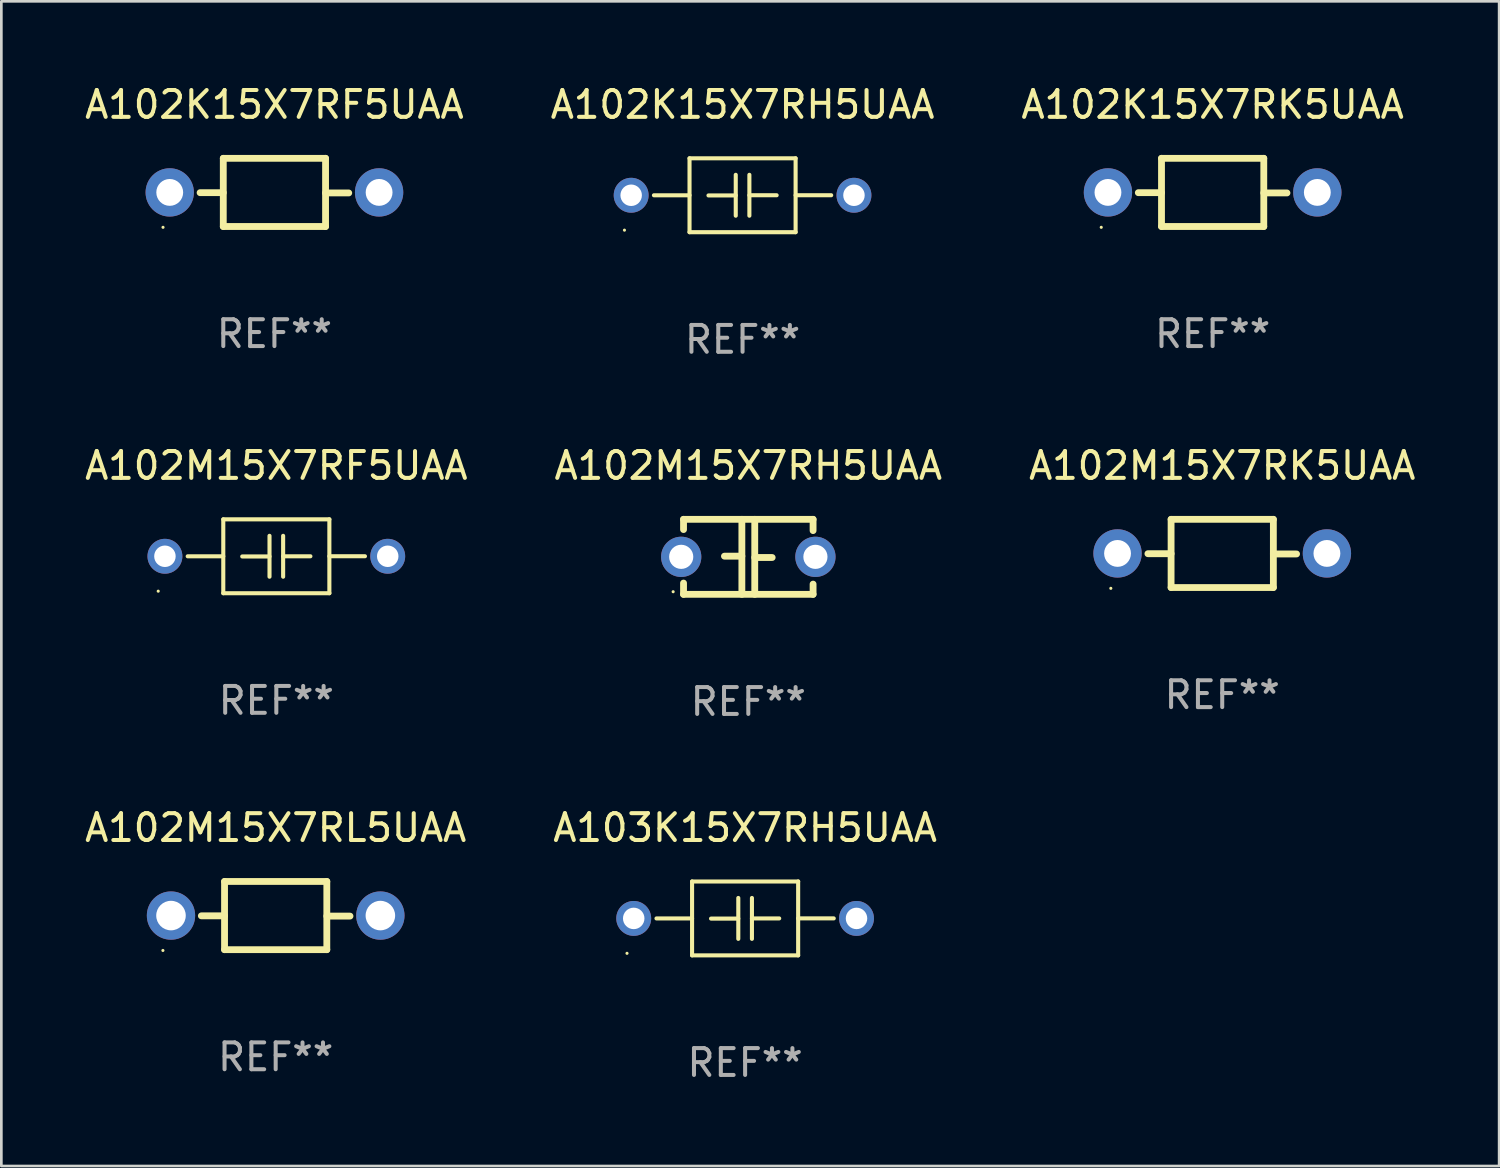
<source format=kicad_pcb>
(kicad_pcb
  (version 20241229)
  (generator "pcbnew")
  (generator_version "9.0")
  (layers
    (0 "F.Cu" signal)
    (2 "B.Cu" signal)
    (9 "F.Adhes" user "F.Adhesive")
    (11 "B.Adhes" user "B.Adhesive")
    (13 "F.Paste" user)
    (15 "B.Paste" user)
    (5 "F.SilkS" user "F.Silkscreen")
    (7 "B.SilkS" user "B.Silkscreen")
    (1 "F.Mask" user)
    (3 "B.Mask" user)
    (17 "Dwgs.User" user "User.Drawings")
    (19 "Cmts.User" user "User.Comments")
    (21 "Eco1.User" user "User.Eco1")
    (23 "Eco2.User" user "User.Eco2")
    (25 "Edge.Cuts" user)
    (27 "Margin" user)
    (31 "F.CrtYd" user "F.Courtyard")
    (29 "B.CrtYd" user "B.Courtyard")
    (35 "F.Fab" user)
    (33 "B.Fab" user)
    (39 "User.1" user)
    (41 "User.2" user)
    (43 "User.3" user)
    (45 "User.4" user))
  (footprint "A102K15X7RK5UAA"
    (layer "F.Cu")
    (at 42.125 4.118)
    (property "Reference" "A102K15X7RK5UAA" (at 0 -3.27 0) (layer "F.SilkS") (effects (font (size 1 1) (thickness 0.15))))
    (attr through_hole)
    (fp_line (start -1.905 -1.27) (end -1.905 1.27) (stroke (width 0.254) (type solid)) (layer "F.SilkS"))
    (fp_line (start -1.905 0.01) (end -2.769 0.01) (stroke (width 0.254) (type solid)) (layer "F.SilkS"))
    (fp_line (start -1.905 1.27) (end 1.905 1.27) (stroke (width 0.254) (type solid)) (layer "F.SilkS"))
    (fp_line (start 1.905 -1.27) (end -1.905 -1.27) (stroke (width 0.254) (type solid)) (layer "F.SilkS"))
    (fp_line (start 1.905 0.02) (end 2.769 0.02) (stroke (width 0.254) (type solid)) (layer "F.SilkS"))
    (fp_line (start 1.905 1.27) (end 1.905 -1.27) (stroke (width 0.254) (type solid)) (layer "F.SilkS"))
    (fp_circle (center -4.15 1.3) (end -4.12 1.3) (stroke (width 0.06) (type solid)) (fill no) (layer "F.SilkS"))
    (fp_text user "REF**" (at 0 5.27 0) (layer "F.Fab") (effects (font (size 1 1) (thickness 0.15))))
    (pad "1" thru_hole circle (at -3.9 0) (size 1.8 1.8) (drill 1) (layers "*.Cu" "*.Mask"))
    (pad "2" thru_hole circle (at 3.9 0) (size 1.8 1.8) (drill 1) (layers "*.Cu" "*.Mask")))
  (footprint "A102M15X7RL5UAA"
    (layer "F.Cu")
    (at 7.22 31.058)
    (property "Reference" "A102M15X7RL5UAA" (at 0 -3.27 0) (layer "F.SilkS") (effects (font (size 1 1) (thickness 0.15))))
    (attr through_hole)
    (fp_line (start -1.905 -1.27) (end -1.905 1.27) (stroke (width 0.254) (type solid)) (layer "F.SilkS"))
    (fp_line (start -1.905 0.01) (end -2.769 0.01) (stroke (width 0.254) (type solid)) (layer "F.SilkS"))
    (fp_line (start -1.905 1.27) (end 1.905 1.27) (stroke (width 0.254) (type solid)) (layer "F.SilkS"))
    (fp_line (start 1.905 -1.27) (end -1.905 -1.27) (stroke (width 0.254) (type solid)) (layer "F.SilkS"))
    (fp_line (start 1.905 0.02) (end 2.769 0.02) (stroke (width 0.254) (type solid)) (layer "F.SilkS"))
    (fp_line (start 1.905 1.27) (end 1.905 -1.27) (stroke (width 0.254) (type solid)) (layer "F.SilkS"))
    (fp_circle (center -4.201 1.3) (end -4.171 1.3) (stroke (width 0.06) (type solid)) (fill no) (layer "F.SilkS"))
    (fp_text user "REF**" (at 0 5.27 0) (layer "F.Fab") (effects (font (size 1 1) (thickness 0.15))))
    (pad "1" thru_hole circle (at -3.9 0) (size 1.8 1.8) (drill 1.1) (layers "*.Cu" "*.Mask"))
    (pad "2" thru_hole circle (at 3.9 0) (size 1.8 1.8) (drill 1.1) (layers "*.Cu" "*.Mask")))
  (footprint "A102K15X7RH5UAA"
    (layer "F.Cu")
    (at 24.613 4.224)
    (property "Reference" "A102K15X7RH5UAA" (at 0 -3.376 0) (layer "F.SilkS") (effects (font (size 1 1) (thickness 0.15))))
    (attr through_hole)
    (fp_line (start -1.976 -1.376) (end 1.976 -1.376) (stroke (width 0.152) (type solid)) (layer "F.SilkS"))
    (fp_line (start -1.976 0.001) (end -3.302 0.001) (stroke (width 0.152) (type solid)) (layer "F.SilkS"))
    (fp_line (start -1.976 1.376) (end -1.976 -1.376) (stroke (width 0.152) (type solid)) (layer "F.SilkS"))
    (fp_line (start -0.254 -0.762) (end -0.254 0.762) (stroke (width 0.152) (type solid)) (layer "F.SilkS"))
    (fp_line (start -0.254 0.007) (end -1.27 0.007) (stroke (width 0.152) (type solid)) (layer "F.SilkS"))
    (fp_line (start 0.254 -0.762) (end 0.254 0.762) (stroke (width 0.152) (type solid)) (layer "F.SilkS"))
    (fp_line (start 0.254 0) (end 1.27 0) (stroke (width 0.152) (type solid)) (layer "F.SilkS"))
    (fp_line (start 1.976 -1.376) (end 1.976 1.376) (stroke (width 0.152) (type solid)) (layer "F.SilkS"))
    (fp_line (start 1.976 -0.001) (end 3.302 -0.001) (stroke (width 0.152) (type solid)) (layer "F.SilkS"))
    (fp_line (start 1.976 1.376) (end -1.976 1.376) (stroke (width 0.152) (type solid)) (layer "F.SilkS"))
    (fp_circle (center -4.4 1.3) (end -4.37 1.3) (stroke (width 0.06) (type solid)) (fill no) (layer "F.SilkS"))
    (fp_text user "REF**" (at 0 5.376 0) (layer "F.Fab") (effects (font (size 1 1) (thickness 0.15))))
    (pad "1" thru_hole circle (at -4.15 0) (size 1.3 1.3) (drill 0.8) (layers "*.Cu" "*.Mask"))
    (pad "2" thru_hole circle (at 4.15 0) (size 1.3 1.3) (drill 0.8) (layers "*.Cu" "*.Mask")))
  (footprint "A103K15X7RH5UAA"
    (layer "F.Cu")
    (at 24.708 31.164)
    (property "Reference" "A103K15X7RH5UAA" (at 0 -3.376 0) (layer "F.SilkS") (effects (font (size 1 1) (thickness 0.15))))
    (attr through_hole)
    (fp_line (start -1.976 -1.376) (end 1.976 -1.376) (stroke (width 0.152) (type solid)) (layer "F.SilkS"))
    (fp_line (start -1.976 0.001) (end -3.302 0.001) (stroke (width 0.152) (type solid)) (layer "F.SilkS"))
    (fp_line (start -1.976 1.376) (end -1.976 -1.376) (stroke (width 0.152) (type solid)) (layer "F.SilkS"))
    (fp_line (start -0.254 -0.762) (end -0.254 0.762) (stroke (width 0.152) (type solid)) (layer "F.SilkS"))
    (fp_line (start -0.254 0.007) (end -1.27 0.007) (stroke (width 0.152) (type solid)) (layer "F.SilkS"))
    (fp_line (start 0.254 -0.762) (end 0.254 0.762) (stroke (width 0.152) (type solid)) (layer "F.SilkS"))
    (fp_line (start 0.254 0) (end 1.27 0) (stroke (width 0.152) (type solid)) (layer "F.SilkS"))
    (fp_line (start 1.976 -1.376) (end 1.976 1.376) (stroke (width 0.152) (type solid)) (layer "F.SilkS"))
    (fp_line (start 1.976 -0.001) (end 3.302 -0.001) (stroke (width 0.152) (type solid)) (layer "F.SilkS"))
    (fp_line (start 1.976 1.376) (end -1.976 1.376) (stroke (width 0.152) (type solid)) (layer "F.SilkS"))
    (fp_circle (center -4.4 1.3) (end -4.37 1.3) (stroke (width 0.06) (type solid)) (fill no) (layer "F.SilkS"))
    (fp_text user "REF**" (at 0 5.376 0) (layer "F.Fab") (effects (font (size 1 1) (thickness 0.15))))
    (pad "1" thru_hole circle (at -4.15 0) (size 1.3 1.3) (drill 0.8) (layers "*.Cu" "*.Mask"))
    (pad "2" thru_hole circle (at 4.15 0) (size 1.3 1.3) (drill 0.8) (layers "*.Cu" "*.Mask")))
  (footprint "A102M15X7RH5UAA"
    (layer "F.Cu")
    (at 24.827 17.694)
    (property "Reference" "A102M15X7RH5UAA" (at 0 -3.397 0) (layer "F.SilkS") (effects (font (size 1 1) (thickness 0.15))))
    (attr through_hole)
    (fp_line (start -2.413 -1.397) (end 2.413 -1.397) (stroke (width 0.254) (type solid)) (layer "F.SilkS"))
    (fp_line (start -2.413 -1.016) (end -2.413 -1.397) (stroke (width 0.254) (type solid)) (layer "F.SilkS"))
    (fp_line (start -2.413 0.977) (end -2.413 1.397) (stroke (width 0.254) (type solid)) (layer "F.SilkS"))
    (fp_line (start -0.24 -0.025) (end -0.889 -0.025) (stroke (width 0.254) (type solid)) (layer "F.SilkS"))
    (fp_line (start -0.24 1.397) (end -0.24 -1.397) (stroke (width 0.254) (type solid)) (layer "F.SilkS"))
    (fp_line (start 0.24 -1.397) (end 0.24 1.397) (stroke (width 0.254) (type solid)) (layer "F.SilkS"))
    (fp_line (start 0.24 0.025) (end 0.889 0.025) (stroke (width 0.254) (type solid)) (layer "F.SilkS"))
    (fp_line (start 2.413 -0.977) (end 2.413 -1.397) (stroke (width 0.254) (type solid)) (layer "F.SilkS"))
    (fp_line (start 2.413 1.016) (end 2.413 1.397) (stroke (width 0.254) (type solid)) (layer "F.SilkS"))
    (fp_line (start 2.413 1.397) (end -2.413 1.397) (stroke (width 0.254) (type solid)) (layer "F.SilkS"))
    (fp_circle (center -2.8 1.3) (end -2.77 1.3) (stroke (width 0.06) (type solid)) (fill no) (layer "F.SilkS"))
    (fp_text user "REF**" (at 0 5.397 0) (layer "F.Fab") (effects (font (size 1 1) (thickness 0.15))))
    (pad "1" thru_hole circle (at -2.5 0) (size 1.5 1.5) (drill 0.9) (layers "*.Cu" "*.Mask"))
    (pad "2" thru_hole circle (at 2.5 0) (size 1.5 1.5) (drill 0.9) (layers "*.Cu" "*.Mask")))
  (footprint "A102M15X7RK5UAA"
    (layer "F.Cu")
    (at 42.482 17.567)
    (property "Reference" "A102M15X7RK5UAA" (at 0 -3.27 0) (layer "F.SilkS") (effects (font (size 1 1) (thickness 0.15))))
    (attr through_hole)
    (fp_line (start -1.905 -1.27) (end -1.905 1.27) (stroke (width 0.254) (type solid)) (layer "F.SilkS"))
    (fp_line (start -1.905 0.01) (end -2.769 0.01) (stroke (width 0.254) (type solid)) (layer "F.SilkS"))
    (fp_line (start -1.905 1.27) (end 1.905 1.27) (stroke (width 0.254) (type solid)) (layer "F.SilkS"))
    (fp_line (start 1.905 -1.27) (end -1.905 -1.27) (stroke (width 0.254) (type solid)) (layer "F.SilkS"))
    (fp_line (start 1.905 0.02) (end 2.769 0.02) (stroke (width 0.254) (type solid)) (layer "F.SilkS"))
    (fp_line (start 1.905 1.27) (end 1.905 -1.27) (stroke (width 0.254) (type solid)) (layer "F.SilkS"))
    (fp_circle (center -4.15 1.3) (end -4.12 1.3) (stroke (width 0.06) (type solid)) (fill no) (layer "F.SilkS"))
    (fp_text user "REF**" (at 0 5.27 0) (layer "F.Fab") (effects (font (size 1 1) (thickness 0.15))))
    (pad "1" thru_hole circle (at -3.9 0) (size 1.8 1.8) (drill 1) (layers "*.Cu" "*.Mask"))
    (pad "2" thru_hole circle (at 3.9 0) (size 1.8 1.8) (drill 1) (layers "*.Cu" "*.Mask")))
  (footprint "A102K15X7RF5UAA"
    (layer "F.Cu")
    (at 7.173 4.118)
    (property "Reference" "A102K15X7RF5UAA" (at 0 -3.27 0) (layer "F.SilkS") (effects (font (size 1 1) (thickness 0.15))))
    (attr through_hole)
    (fp_line (start -1.905 -1.27) (end -1.905 1.27) (stroke (width 0.254) (type solid)) (layer "F.SilkS"))
    (fp_line (start -1.905 0.01) (end -2.769 0.01) (stroke (width 0.254) (type solid)) (layer "F.SilkS"))
    (fp_line (start -1.905 1.27) (end 1.905 1.27) (stroke (width 0.254) (type solid)) (layer "F.SilkS"))
    (fp_line (start 1.905 -1.27) (end -1.905 -1.27) (stroke (width 0.254) (type solid)) (layer "F.SilkS"))
    (fp_line (start 1.905 0.02) (end 2.769 0.02) (stroke (width 0.254) (type solid)) (layer "F.SilkS"))
    (fp_line (start 1.905 1.27) (end 1.905 -1.27) (stroke (width 0.254) (type solid)) (layer "F.SilkS"))
    (fp_circle (center -4.15 1.3) (end -4.12 1.3) (stroke (width 0.06) (type solid)) (fill no) (layer "F.SilkS"))
    (fp_text user "REF**" (at 0 5.27 0) (layer "F.Fab") (effects (font (size 1 1) (thickness 0.15))))
    (pad "1" thru_hole circle (at -3.9 0) (size 1.8 1.8) (drill 1) (layers "*.Cu" "*.Mask"))
    (pad "2" thru_hole circle (at 3.9 0) (size 1.8 1.8) (drill 1) (layers "*.Cu" "*.Mask")))
  (footprint "A102M15X7RF5UAA"
    (layer "F.Cu")
    (at 7.244 17.673)
    (property "Reference" "A102M15X7RF5UAA" (at 0 -3.376 0) (layer "F.SilkS") (effects (font (size 1 1) (thickness 0.15))))
    (attr through_hole)
    (fp_line (start -1.976 -1.376) (end 1.976 -1.376) (stroke (width 0.152) (type solid)) (layer "F.SilkS"))
    (fp_line (start -1.976 0.001) (end -3.302 0.001) (stroke (width 0.152) (type solid)) (layer "F.SilkS"))
    (fp_line (start -1.976 1.376) (end -1.976 -1.376) (stroke (width 0.152) (type solid)) (layer "F.SilkS"))
    (fp_line (start -0.254 -0.762) (end -0.254 0.762) (stroke (width 0.152) (type solid)) (layer "F.SilkS"))
    (fp_line (start -0.254 0.007) (end -1.27 0.007) (stroke (width 0.152) (type solid)) (layer "F.SilkS"))
    (fp_line (start 0.254 -0.762) (end 0.254 0.762) (stroke (width 0.152) (type solid)) (layer "F.SilkS"))
    (fp_line (start 0.254 0) (end 1.27 0) (stroke (width 0.152) (type solid)) (layer "F.SilkS"))
    (fp_line (start 1.976 -1.376) (end 1.976 1.376) (stroke (width 0.152) (type solid)) (layer "F.SilkS"))
    (fp_line (start 1.976 -0.001) (end 3.302 -0.001) (stroke (width 0.152) (type solid)) (layer "F.SilkS"))
    (fp_line (start 1.976 1.376) (end -1.976 1.376) (stroke (width 0.152) (type solid)) (layer "F.SilkS"))
    (fp_circle (center -4.4 1.3) (end -4.37 1.3) (stroke (width 0.06) (type solid)) (fill no) (layer "F.SilkS"))
    (fp_text user "REF**" (at 0 5.376 0) (layer "F.Fab") (effects (font (size 1 1) (thickness 0.15))))
    (pad "1" thru_hole circle (at -4.15 0) (size 1.3 1.3) (drill 0.8) (layers "*.Cu" "*.Mask"))
    (pad "2" thru_hole circle (at 4.15 0) (size 1.3 1.3) (drill 0.8) (layers "*.Cu" "*.Mask")))
  (gr_rect
    (start -3 -3)
    (end 52.798 40.388)
    (stroke (width 0.1) (type default))
    (fill no)
    (layer "Edge.Cuts")))
</source>
